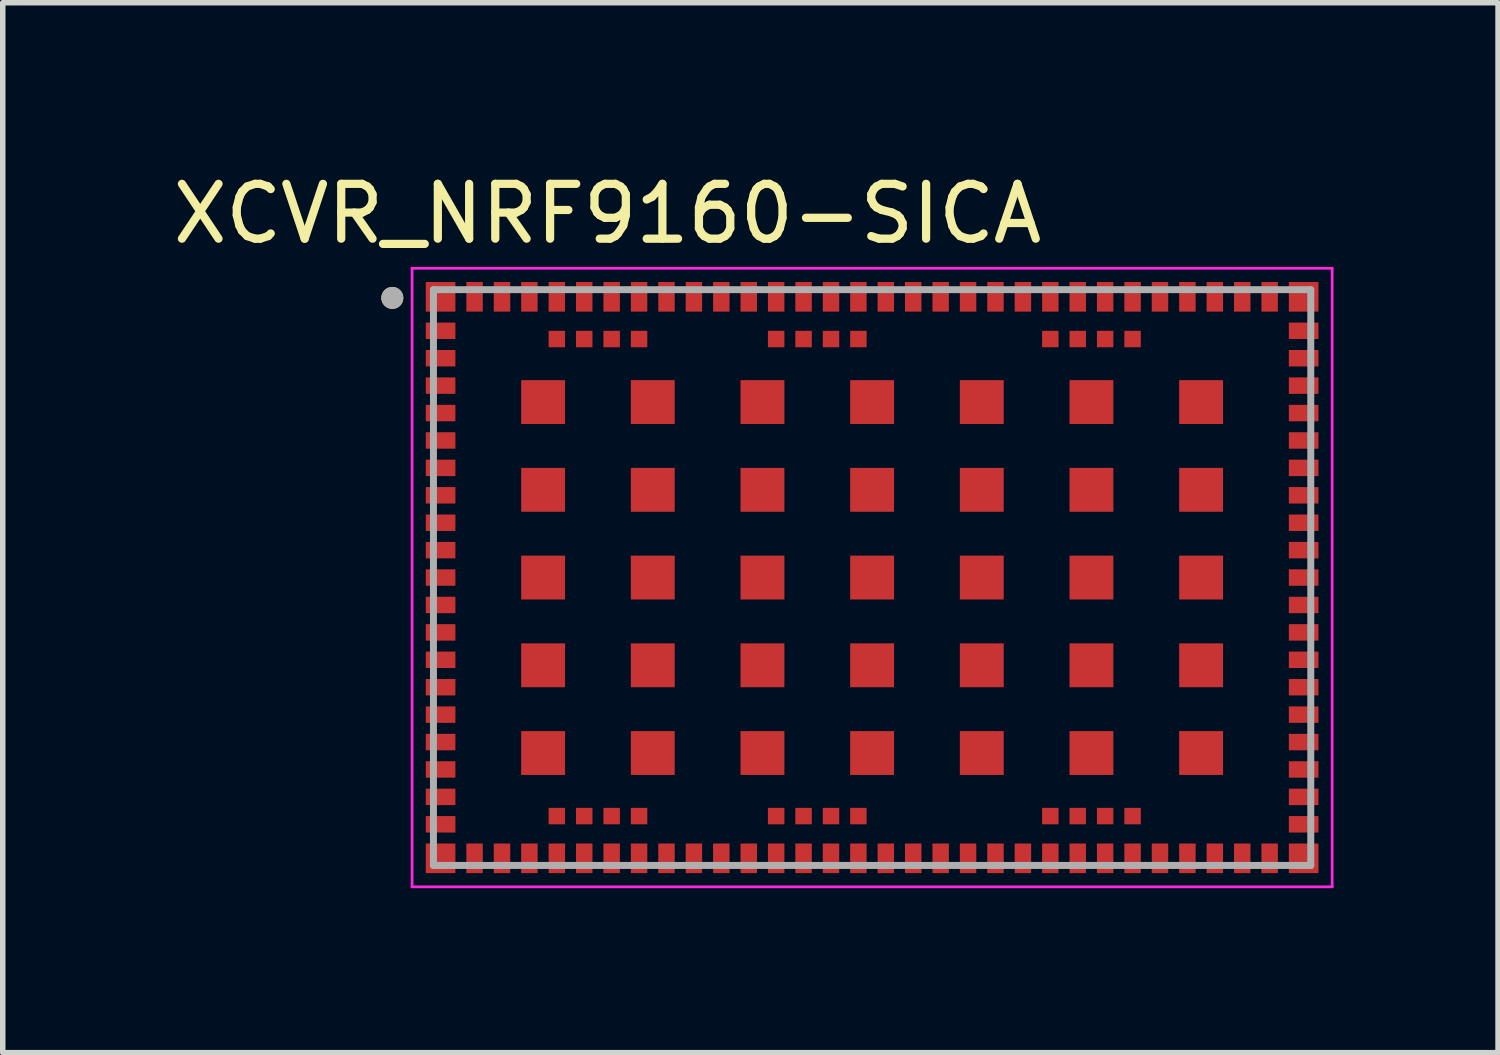
<source format=kicad_pcb>
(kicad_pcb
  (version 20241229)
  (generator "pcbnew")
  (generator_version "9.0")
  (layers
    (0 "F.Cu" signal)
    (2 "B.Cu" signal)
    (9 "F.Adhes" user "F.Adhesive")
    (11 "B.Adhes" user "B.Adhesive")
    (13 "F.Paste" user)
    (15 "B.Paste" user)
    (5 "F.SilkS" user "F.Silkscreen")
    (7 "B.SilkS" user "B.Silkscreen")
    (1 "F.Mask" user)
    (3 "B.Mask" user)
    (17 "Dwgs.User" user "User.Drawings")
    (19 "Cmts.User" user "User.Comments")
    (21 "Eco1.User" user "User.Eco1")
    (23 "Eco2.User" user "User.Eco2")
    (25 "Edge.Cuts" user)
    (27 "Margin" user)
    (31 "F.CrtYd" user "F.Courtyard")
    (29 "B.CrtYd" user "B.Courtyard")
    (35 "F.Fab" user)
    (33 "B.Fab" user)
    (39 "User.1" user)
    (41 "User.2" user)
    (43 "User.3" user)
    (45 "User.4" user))
  (footprint "XCVR_NRF9160-SICA"
    (layer "F.Cu")
    (at 12.855 7.483)
    (property "Reference" "XCVR_NRF9160-SICA" (at -4.825 -6.635 0) (layer "F.SilkS") (effects (font (size 1 1) (thickness 0.15))))
    (attr smd)
    (fp_circle (center -8.75 -5.1) (end -8.65 -5.1) (stroke (width 0.2) (type solid)) (fill no) (layer "F.SilkS"))
    (fp_line (start -8.39 -5.64) (end 8.39 -5.64) (stroke (width 0.05) (type solid)) (layer "F.CrtYd"))
    (fp_line (start -8.39 5.64) (end -8.39 -5.64) (stroke (width 0.05) (type solid)) (layer "F.CrtYd"))
    (fp_line (start 8.39 -5.64) (end 8.39 5.64) (stroke (width 0.05) (type solid)) (layer "F.CrtYd"))
    (fp_line (start 8.39 5.64) (end -8.39 5.64) (stroke (width 0.05) (type solid)) (layer "F.CrtYd"))
    (fp_line (start -8 -5.25) (end 8 -5.25) (stroke (width 0.127) (type solid)) (layer "F.Fab"))
    (fp_line (start -8 5.25) (end -8 -5.25) (stroke (width 0.127) (type solid)) (layer "F.Fab"))
    (fp_line (start 8 -5.25) (end 8 5.25) (stroke (width 0.127) (type solid)) (layer "F.Fab"))
    (fp_line (start 8 5.25) (end -8 5.25) (stroke (width 0.127) (type solid)) (layer "F.Fab"))
    (fp_circle (center -8.75 -5.1) (end -8.65 -5.1) (stroke (width 0.2) (type solid)) (fill no) (layer "F.Fab"))
    (pad "1" smd rect (at -7.87 -5.12) (size 0.54 0.54) (layers "F.Cu" "F.Mask" "F.Paste"))
    (pad "2" smd rect (at -7.87 -4.5) (size 0.54 0.3) (layers "F.Cu" "F.Mask" "F.Paste"))
    (pad "3" smd rect (at -7.87 -4) (size 0.54 0.3) (layers "F.Cu" "F.Mask" "F.Paste"))
    (pad "4" smd rect (at -7.87 -3.5) (size 0.54 0.3) (layers "F.Cu" "F.Mask" "F.Paste"))
    (pad "5" smd rect (at -7.87 -3) (size 0.54 0.3) (layers "F.Cu" "F.Mask" "F.Paste"))
    (pad "6" smd rect (at -7.87 -2.5) (size 0.54 0.3) (layers "F.Cu" "F.Mask" "F.Paste"))
    (pad "7" smd rect (at -7.87 -2) (size 0.54 0.3) (layers "F.Cu" "F.Mask" "F.Paste"))
    (pad "8" smd rect (at -7.87 -1.5) (size 0.54 0.3) (layers "F.Cu" "F.Mask" "F.Paste"))
    (pad "9" smd rect (at -7.87 -1) (size 0.54 0.3) (layers "F.Cu" "F.Mask" "F.Paste"))
    (pad "10" smd rect (at -7.87 -0.5) (size 0.54 0.3) (layers "F.Cu" "F.Mask" "F.Paste"))
    (pad "11" smd rect (at -7.87 0) (size 0.54 0.3) (layers "F.Cu" "F.Mask" "F.Paste"))
    (pad "12" smd rect (at -7.87 0.5) (size 0.54 0.3) (layers "F.Cu" "F.Mask" "F.Paste"))
    (pad "13" smd rect (at -7.87 1) (size 0.54 0.3) (layers "F.Cu" "F.Mask" "F.Paste"))
    (pad "14" smd rect (at -7.87 1.5) (size 0.54 0.3) (layers "F.Cu" "F.Mask" "F.Paste"))
    (pad "15" smd rect (at -7.87 2) (size 0.54 0.3) (layers "F.Cu" "F.Mask" "F.Paste"))
    (pad "16" smd rect (at -7.87 2.5) (size 0.54 0.3) (layers "F.Cu" "F.Mask" "F.Paste"))
    (pad "17" smd rect (at -7.87 3) (size 0.54 0.3) (layers "F.Cu" "F.Mask" "F.Paste"))
    (pad "18" smd rect (at -7.87 3.5) (size 0.54 0.3) (layers "F.Cu" "F.Mask" "F.Paste"))
    (pad "19" smd rect (at -7.87 4) (size 0.54 0.3) (layers "F.Cu" "F.Mask" "F.Paste"))
    (pad "20" smd rect (at -7.87 4.5) (size 0.54 0.3) (layers "F.Cu" "F.Mask" "F.Paste"))
    (pad "21" smd rect (at -7.87 5.12) (size 0.54 0.54) (layers "F.Cu" "F.Mask" "F.Paste"))
    (pad "22" smd rect (at -7.25 5.12) (size 0.3 0.54) (layers "F.Cu" "F.Mask" "F.Paste"))
    (pad "23" smd rect (at -6.75 5.12) (size 0.3 0.54) (layers "F.Cu" "F.Mask" "F.Paste"))
    (pad "24" smd rect (at -6.25 5.12) (size 0.3 0.54) (layers "F.Cu" "F.Mask" "F.Paste"))
    (pad "25" smd rect (at -5.75 5.12) (size 0.3 0.54) (layers "F.Cu" "F.Mask" "F.Paste"))
    (pad "26" smd rect (at -5.25 5.12) (size 0.3 0.54) (layers "F.Cu" "F.Mask" "F.Paste"))
    (pad "27" smd rect (at -4.75 5.12) (size 0.3 0.54) (layers "F.Cu" "F.Mask" "F.Paste"))
    (pad "28" smd rect (at -4.25 5.12) (size 0.3 0.54) (layers "F.Cu" "F.Mask" "F.Paste"))
    (pad "29" smd rect (at -3.75 5.12) (size 0.3 0.54) (layers "F.Cu" "F.Mask" "F.Paste"))
    (pad "30" smd rect (at -3.25 5.12) (size 0.3 0.54) (layers "F.Cu" "F.Mask" "F.Paste"))
    (pad "31" smd rect (at -2.75 5.12) (size 0.3 0.54) (layers "F.Cu" "F.Mask" "F.Paste"))
    (pad "32" smd rect (at -2.25 5.12) (size 0.3 0.54) (layers "F.Cu" "F.Mask" "F.Paste"))
    (pad "33" smd rect (at -1.75 5.12) (size 0.3 0.54) (layers "F.Cu" "F.Mask" "F.Paste"))
    (pad "34" smd rect (at -1.25 5.12) (size 0.3 0.54) (layers "F.Cu" "F.Mask" "F.Paste"))
    (pad "35" smd rect (at -0.75 5.12) (size 0.3 0.54) (layers "F.Cu" "F.Mask" "F.Paste"))
    (pad "36" smd rect (at -0.25 5.12) (size 0.3 0.54) (layers "F.Cu" "F.Mask" "F.Paste"))
    (pad "37" smd rect (at 0.25 5.12) (size 0.3 0.54) (layers "F.Cu" "F.Mask" "F.Paste"))
    (pad "38" smd rect (at 0.75 5.12) (size 0.3 0.54) (layers "F.Cu" "F.Mask" "F.Paste"))
    (pad "39" smd rect (at 1.25 5.12) (size 0.3 0.54) (layers "F.Cu" "F.Mask" "F.Paste"))
    (pad "40" smd rect (at 1.75 5.12) (size 0.3 0.54) (layers "F.Cu" "F.Mask" "F.Paste"))
    (pad "41" smd rect (at 2.25 5.12) (size 0.3 0.54) (layers "F.Cu" "F.Mask" "F.Paste"))
    (pad "42" smd rect (at 2.75 5.12) (size 0.3 0.54) (layers "F.Cu" "F.Mask" "F.Paste"))
    (pad "43" smd rect (at 3.25 5.12) (size 0.3 0.54) (layers "F.Cu" "F.Mask" "F.Paste"))
    (pad "44" smd rect (at 3.75 5.12) (size 0.3 0.54) (layers "F.Cu" "F.Mask" "F.Paste"))
    (pad "45" smd rect (at 4.25 5.12) (size 0.3 0.54) (layers "F.Cu" "F.Mask" "F.Paste"))
    (pad "46" smd rect (at 4.75 5.12) (size 0.3 0.54) (layers "F.Cu" "F.Mask" "F.Paste"))
    (pad "47" smd rect (at 5.25 5.12) (size 0.3 0.54) (layers "F.Cu" "F.Mask" "F.Paste"))
    (pad "48" smd rect (at 5.75 5.12) (size 0.3 0.54) (layers "F.Cu" "F.Mask" "F.Paste"))
    (pad "49" smd rect (at 6.25 5.12) (size 0.3 0.54) (layers "F.Cu" "F.Mask" "F.Paste"))
    (pad "50" smd rect (at 6.75 5.12) (size 0.3 0.54) (layers "F.Cu" "F.Mask" "F.Paste"))
    (pad "51" smd rect (at 7.25 5.12) (size 0.3 0.54) (layers "F.Cu" "F.Mask" "F.Paste"))
    (pad "52" smd rect (at 7.87 5.12) (size 0.54 0.54) (layers "F.Cu" "F.Mask" "F.Paste"))
    (pad "53" smd rect (at 7.87 4.5) (size 0.54 0.3) (layers "F.Cu" "F.Mask" "F.Paste"))
    (pad "54" smd rect (at 7.87 4) (size 0.54 0.3) (layers "F.Cu" "F.Mask" "F.Paste"))
    (pad "55" smd rect (at 7.87 3.5) (size 0.54 0.3) (layers "F.Cu" "F.Mask" "F.Paste"))
    (pad "56" smd rect (at 7.87 3) (size 0.54 0.3) (layers "F.Cu" "F.Mask" "F.Paste"))
    (pad "57" smd rect (at 7.87 2.5) (size 0.54 0.3) (layers "F.Cu" "F.Mask" "F.Paste"))
    (pad "58" smd rect (at 7.87 2) (size 0.54 0.3) (layers "F.Cu" "F.Mask" "F.Paste"))
    (pad "59" smd rect (at 7.87 1.5) (size 0.54 0.3) (layers "F.Cu" "F.Mask" "F.Paste"))
    (pad "60" smd rect (at 7.87 1) (size 0.54 0.3) (layers "F.Cu" "F.Mask" "F.Paste"))
    (pad "61" smd rect (at 7.87 0.5) (size 0.54 0.3) (layers "F.Cu" "F.Mask" "F.Paste"))
    (pad "62" smd rect (at 7.87 0) (size 0.54 0.3) (layers "F.Cu" "F.Mask" "F.Paste"))
    (pad "63" smd rect (at 7.87 -0.5) (size 0.54 0.3) (layers "F.Cu" "F.Mask" "F.Paste"))
    (pad "64" smd rect (at 7.87 -1) (size 0.54 0.3) (layers "F.Cu" "F.Mask" "F.Paste"))
    (pad "65" smd rect (at 7.87 -1.5) (size 0.54 0.3) (layers "F.Cu" "F.Mask" "F.Paste"))
    (pad "66" smd rect (at 7.87 -2) (size 0.54 0.3) (layers "F.Cu" "F.Mask" "F.Paste"))
    (pad "67" smd rect (at 7.87 -2.5) (size 0.54 0.3) (layers "F.Cu" "F.Mask" "F.Paste"))
    (pad "68" smd rect (at 7.87 -3) (size 0.54 0.3) (layers "F.Cu" "F.Mask" "F.Paste"))
    (pad "69" smd rect (at 7.87 -3.5) (size 0.54 0.3) (layers "F.Cu" "F.Mask" "F.Paste"))
    (pad "70" smd rect (at 7.87 -4) (size 0.54 0.3) (layers "F.Cu" "F.Mask" "F.Paste"))
    (pad "71" smd rect (at 7.87 -4.5) (size 0.54 0.3) (layers "F.Cu" "F.Mask" "F.Paste"))
    (pad "72" smd rect (at 7.87 -5.12) (size 0.54 0.54) (layers "F.Cu" "F.Mask" "F.Paste"))
    (pad "73" smd rect (at 7.25 -5.12) (size 0.3 0.54) (layers "F.Cu" "F.Mask" "F.Paste"))
    (pad "74" smd rect (at 6.75 -5.12) (size 0.3 0.54) (layers "F.Cu" "F.Mask" "F.Paste"))
    (pad "75" smd rect (at 6.25 -5.12) (size 0.3 0.54) (layers "F.Cu" "F.Mask" "F.Paste"))
    (pad "76" smd rect (at 5.75 -5.12) (size 0.3 0.54) (layers "F.Cu" "F.Mask" "F.Paste"))
    (pad "77" smd rect (at 5.25 -5.12) (size 0.3 0.54) (layers "F.Cu" "F.Mask" "F.Paste"))
    (pad "78" smd rect (at 4.75 -5.12) (size 0.3 0.54) (layers "F.Cu" "F.Mask" "F.Paste"))
    (pad "79" smd rect (at 4.25 -5.12) (size 0.3 0.54) (layers "F.Cu" "F.Mask" "F.Paste"))
    (pad "80" smd rect (at 3.75 -5.12) (size 0.3 0.54) (layers "F.Cu" "F.Mask" "F.Paste"))
    (pad "81" smd rect (at 3.25 -5.12) (size 0.3 0.54) (layers "F.Cu" "F.Mask" "F.Paste"))
    (pad "82" smd rect (at 2.75 -5.12) (size 0.3 0.54) (layers "F.Cu" "F.Mask" "F.Paste"))
    (pad "83" smd rect (at 2.25 -5.12) (size 0.3 0.54) (layers "F.Cu" "F.Mask" "F.Paste"))
    (pad "84" smd rect (at 1.75 -5.12) (size 0.3 0.54) (layers "F.Cu" "F.Mask" "F.Paste"))
    (pad "85" smd rect (at 1.25 -5.12) (size 0.3 0.54) (layers "F.Cu" "F.Mask" "F.Paste"))
    (pad "86" smd rect (at 0.75 -5.12) (size 0.3 0.54) (layers "F.Cu" "F.Mask" "F.Paste"))
    (pad "87" smd rect (at 0.25 -5.12) (size 0.3 0.54) (layers "F.Cu" "F.Mask" "F.Paste"))
    (pad "88" smd rect (at -0.25 -5.12) (size 0.3 0.54) (layers "F.Cu" "F.Mask" "F.Paste"))
    (pad "89" smd rect (at -0.75 -5.12) (size 0.3 0.54) (layers "F.Cu" "F.Mask" "F.Paste"))
    (pad "90" smd rect (at -1.25 -5.12) (size 0.3 0.54) (layers "F.Cu" "F.Mask" "F.Paste"))
    (pad "91" smd rect (at -1.75 -5.12) (size 0.3 0.54) (layers "F.Cu" "F.Mask" "F.Paste"))
    (pad "92" smd rect (at -2.25 -5.12) (size 0.3 0.54) (layers "F.Cu" "F.Mask" "F.Paste"))
    (pad "93" smd rect (at -2.75 -5.12) (size 0.3 0.54) (layers "F.Cu" "F.Mask" "F.Paste"))
    (pad "94" smd rect (at -3.25 -5.12) (size 0.3 0.54) (layers "F.Cu" "F.Mask" "F.Paste"))
    (pad "95" smd rect (at -3.75 -5.12) (size 0.3 0.54) (layers "F.Cu" "F.Mask" "F.Paste"))
    (pad "96" smd rect (at -4.25 -5.12) (size 0.3 0.54) (layers "F.Cu" "F.Mask" "F.Paste"))
    (pad "97" smd rect (at -4.75 -5.12) (size 0.3 0.54) (layers "F.Cu" "F.Mask" "F.Paste"))
    (pad "98" smd rect (at -5.25 -5.12) (size 0.3 0.54) (layers "F.Cu" "F.Mask" "F.Paste"))
    (pad "99" smd rect (at -5.75 -5.12) (size 0.3 0.54) (layers "F.Cu" "F.Mask" "F.Paste"))
    (pad "100" smd rect (at -6.25 -5.12) (size 0.3 0.54) (layers "F.Cu" "F.Mask" "F.Paste"))
    (pad "101" smd rect (at -6.75 -5.12) (size 0.3 0.54) (layers "F.Cu" "F.Mask" "F.Paste"))
    (pad "102" smd rect (at -7.25 -5.12) (size 0.3 0.54) (layers "F.Cu" "F.Mask" "F.Paste"))
    (pad "103_1" smd rect (at -6 -3.2) (size 0.8 0.8) (layers "F.Cu" "F.Mask" "F.Paste"))
    (pad "103_2" smd rect (at -4 -3.2) (size 0.8 0.8) (layers "F.Cu" "F.Mask" "F.Paste"))
    (pad "103_3" smd rect (at -2 -3.2) (size 0.8 0.8) (layers "F.Cu" "F.Mask" "F.Paste"))
    (pad "103_4" smd rect (at 0 -3.2) (size 0.8 0.8) (layers "F.Cu" "F.Mask" "F.Paste"))
    (pad "103_5" smd rect (at 2 -3.2) (size 0.8 0.8) (layers "F.Cu" "F.Mask" "F.Paste"))
    (pad "103_6" smd rect (at 4 -3.2) (size 0.8 0.8) (layers "F.Cu" "F.Mask" "F.Paste"))
    (pad "103_7" smd rect (at 6 -3.2) (size 0.8 0.8) (layers "F.Cu" "F.Mask" "F.Paste"))
    (pad "103_8" smd rect (at -6 -1.6) (size 0.8 0.8) (layers "F.Cu" "F.Mask" "F.Paste"))
    (pad "103_9" smd rect (at -4 -1.6) (size 0.8 0.8) (layers "F.Cu" "F.Mask" "F.Paste"))
    (pad "103_10" smd rect (at -2 -1.6) (size 0.8 0.8) (layers "F.Cu" "F.Mask" "F.Paste"))
    (pad "103_11" smd rect (at 0 -1.6) (size 0.8 0.8) (layers "F.Cu" "F.Mask" "F.Paste"))
    (pad "103_12" smd rect (at 2 -1.6) (size 0.8 0.8) (layers "F.Cu" "F.Mask" "F.Paste"))
    (pad "103_13" smd rect (at 4 -1.6) (size 0.8 0.8) (layers "F.Cu" "F.Mask" "F.Paste"))
    (pad "103_14" smd rect (at 6 -1.6) (size 0.8 0.8) (layers "F.Cu" "F.Mask" "F.Paste"))
    (pad "103_15" smd rect (at -6 0) (size 0.8 0.8) (layers "F.Cu" "F.Mask" "F.Paste"))
    (pad "103_16" smd rect (at -4 0) (size 0.8 0.8) (layers "F.Cu" "F.Mask" "F.Paste"))
    (pad "103_17" smd rect (at -2 0) (size 0.8 0.8) (layers "F.Cu" "F.Mask" "F.Paste"))
    (pad "103_18" smd rect (at 0 0) (size 0.8 0.8) (layers "F.Cu" "F.Mask" "F.Paste"))
    (pad "103_19" smd rect (at 2 0) (size 0.8 0.8) (layers "F.Cu" "F.Mask" "F.Paste"))
    (pad "103_20" smd rect (at 4 0) (size 0.8 0.8) (layers "F.Cu" "F.Mask" "F.Paste"))
    (pad "103_21" smd rect (at 6 0) (size 0.8 0.8) (layers "F.Cu" "F.Mask" "F.Paste"))
    (pad "103_22" smd rect (at -6 1.6) (size 0.8 0.8) (layers "F.Cu" "F.Mask" "F.Paste"))
    (pad "103_23" smd rect (at -4 1.6) (size 0.8 0.8) (layers "F.Cu" "F.Mask" "F.Paste"))
    (pad "103_24" smd rect (at -2 1.6) (size 0.8 0.8) (layers "F.Cu" "F.Mask" "F.Paste"))
    (pad "103_25" smd rect (at 0 1.6) (size 0.8 0.8) (layers "F.Cu" "F.Mask" "F.Paste"))
    (pad "103_26" smd rect (at 2 1.6) (size 0.8 0.8) (layers "F.Cu" "F.Mask" "F.Paste"))
    (pad "103_27" smd rect (at 4 1.6) (size 0.8 0.8) (layers "F.Cu" "F.Mask" "F.Paste"))
    (pad "103_28" smd rect (at 6 1.6) (size 0.8 0.8) (layers "F.Cu" "F.Mask" "F.Paste"))
    (pad "103_29" smd rect (at -6 3.2) (size 0.8 0.8) (layers "F.Cu" "F.Mask" "F.Paste"))
    (pad "103_30" smd rect (at -4 3.2) (size 0.8 0.8) (layers "F.Cu" "F.Mask" "F.Paste"))
    (pad "103_31" smd rect (at -2 3.2) (size 0.8 0.8) (layers "F.Cu" "F.Mask" "F.Paste"))
    (pad "103_32" smd rect (at 0 3.2) (size 0.8 0.8) (layers "F.Cu" "F.Mask" "F.Paste"))
    (pad "103_33" smd rect (at 2 3.2) (size 0.8 0.8) (layers "F.Cu" "F.Mask" "F.Paste"))
    (pad "103_34" smd rect (at 4 3.2) (size 0.8 0.8) (layers "F.Cu" "F.Mask" "F.Paste"))
    (pad "103_35" smd rect (at 6 3.2) (size 0.8 0.8) (layers "F.Cu" "F.Mask" "F.Paste"))
    (pad "104" smd rect (at -5.75 4.35) (size 0.3 0.3) (layers "F.Cu" "F.Mask" "F.Paste"))
    (pad "105" smd rect (at -5.25 4.35) (size 0.3 0.3) (layers "F.Cu" "F.Mask" "F.Paste"))
    (pad "106" smd rect (at -4.75 4.35) (size 0.3 0.3) (layers "F.Cu" "F.Mask" "F.Paste"))
    (pad "107" smd rect (at -4.25 4.35) (size 0.3 0.3) (layers "F.Cu" "F.Mask" "F.Paste"))
    (pad "108" smd rect (at -1.75 4.35) (size 0.3 0.3) (layers "F.Cu" "F.Mask" "F.Paste"))
    (pad "109" smd rect (at -1.25 4.35) (size 0.3 0.3) (layers "F.Cu" "F.Mask" "F.Paste"))
    (pad "110" smd rect (at -0.75 4.35) (size 0.3 0.3) (layers "F.Cu" "F.Mask" "F.Paste"))
    (pad "111" smd rect (at -0.25 4.35) (size 0.3 0.3) (layers "F.Cu" "F.Mask" "F.Paste"))
    (pad "112" smd rect (at 3.25 4.35) (size 0.3 0.3) (layers "F.Cu" "F.Mask" "F.Paste"))
    (pad "113" smd rect (at 3.75 4.35) (size 0.3 0.3) (layers "F.Cu" "F.Mask" "F.Paste"))
    (pad "114" smd rect (at 4.25 4.35) (size 0.3 0.3) (layers "F.Cu" "F.Mask" "F.Paste"))
    (pad "115" smd rect (at 4.75 4.35) (size 0.3 0.3) (layers "F.Cu" "F.Mask" "F.Paste"))
    (pad "116" smd rect (at 4.75 -4.35) (size 0.3 0.3) (layers "F.Cu" "F.Mask" "F.Paste"))
    (pad "117" smd rect (at 4.25 -4.35) (size 0.3 0.3) (layers "F.Cu" "F.Mask" "F.Paste"))
    (pad "118" smd rect (at 3.75 -4.35) (size 0.3 0.3) (layers "F.Cu" "F.Mask" "F.Paste"))
    (pad "119" smd rect (at 3.25 -4.35) (size 0.3 0.3) (layers "F.Cu" "F.Mask" "F.Paste"))
    (pad "120" smd rect (at -0.25 -4.35) (size 0.3 0.3) (layers "F.Cu" "F.Mask" "F.Paste"))
    (pad "121" smd rect (at -0.75 -4.35) (size 0.3 0.3) (layers "F.Cu" "F.Mask" "F.Paste"))
    (pad "122" smd rect (at -1.25 -4.35) (size 0.3 0.3) (layers "F.Cu" "F.Mask" "F.Paste"))
    (pad "123" smd rect (at -1.75 -4.35) (size 0.3 0.3) (layers "F.Cu" "F.Mask" "F.Paste"))
    (pad "124" smd rect (at -4.25 -4.35) (size 0.3 0.3) (layers "F.Cu" "F.Mask" "F.Paste"))
    (pad "125" smd rect (at -4.75 -4.35) (size 0.3 0.3) (layers "F.Cu" "F.Mask" "F.Paste"))
    (pad "126" smd rect (at -5.25 -4.35) (size 0.3 0.3) (layers "F.Cu" "F.Mask" "F.Paste"))
    (pad "127" smd rect (at -5.75 -4.35) (size 0.3 0.3) (layers "F.Cu" "F.Mask" "F.Paste")))
  (gr_rect
    (start -3 -3)
    (end 24.27 16.148)
    (stroke (width 0.1) (type default))
    (fill no)
    (layer "Edge.Cuts")))
</source>
